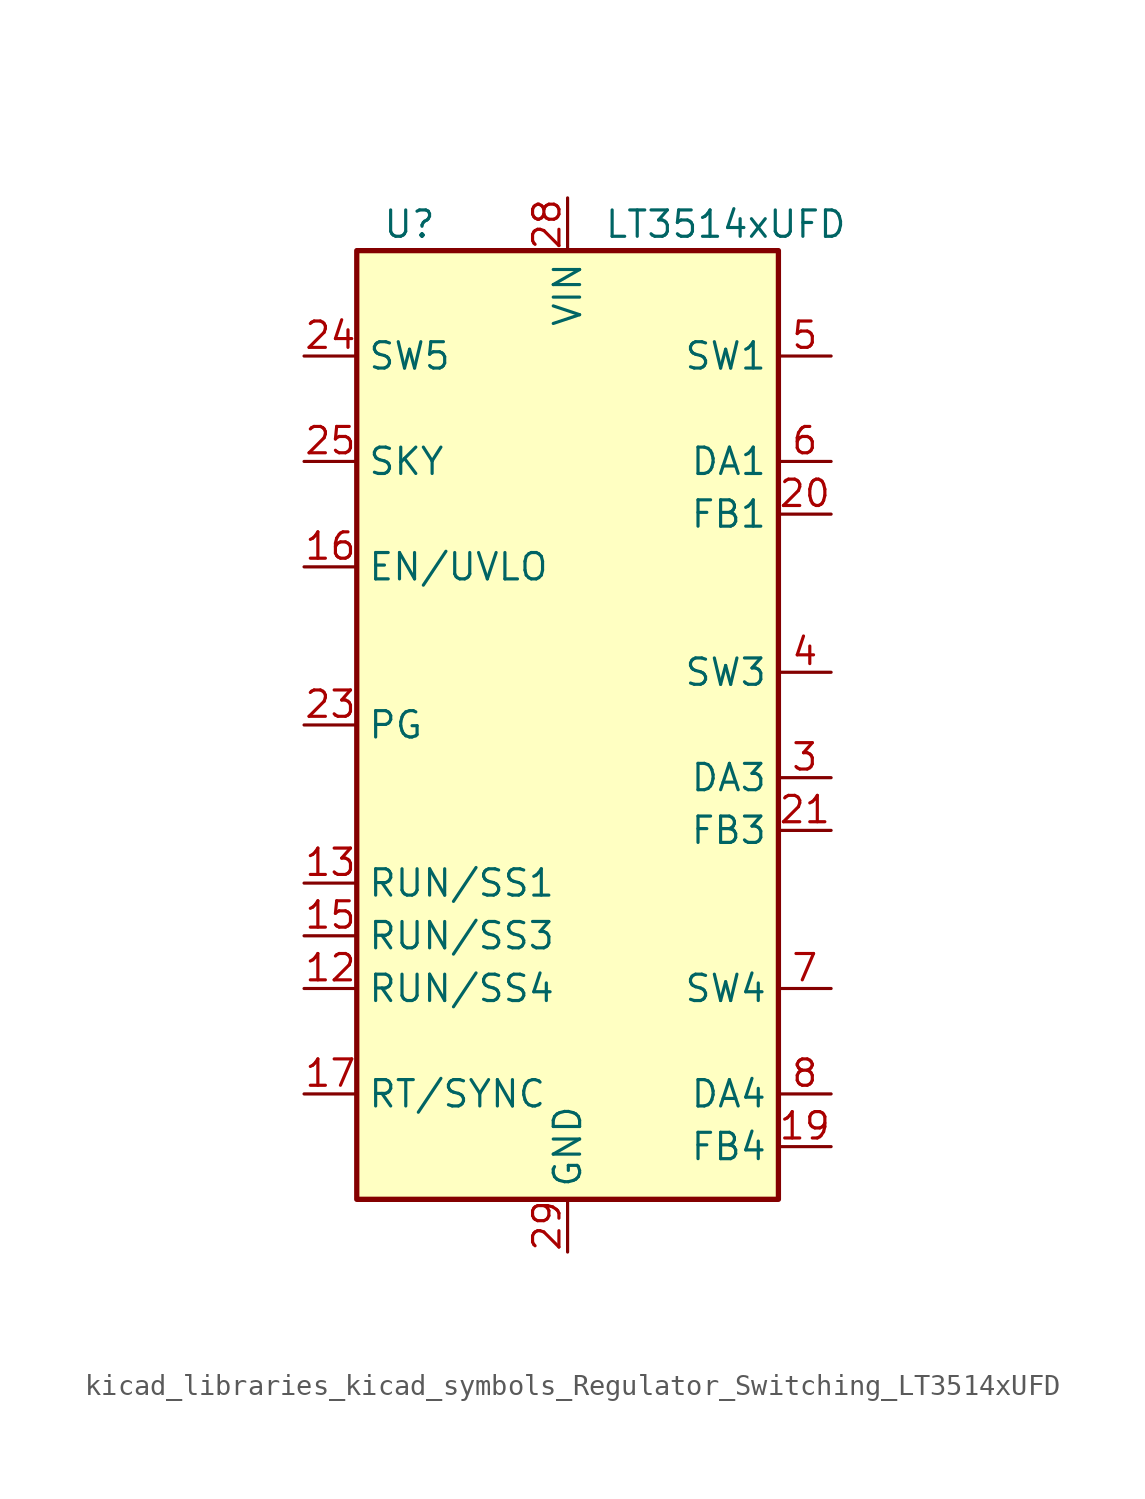
<source format=kicad_sym>
(kicad_symbol_lib
  (version 20220914)
  (generator kicad_symbol_editor)
  (symbol "kicad_libraries_kicad_symbols_Regulator_Switching_LT3514xUFD"
    (property "Reference" "U"
      (at -7.62 24.13 0)
      (effects (font (size 1.27 1.27))))
    (property "Value" "LT3514xUFD"
      (at 7.62 24.13 0)
      (effects (font (size 1.27 1.27))))
    (symbol "kicad_libraries_kicad_symbols_Regulator_Switching_LT3514xUFD_0_1"
      (rectangle (start -10.16 22.86) (end 10.16 -22.86) (stroke (width 0.254) (type default)) (fill (type background))))
    (symbol "kicad_libraries_kicad_symbols_Regulator_Switching_LT3514xUFD_1_1"
      (pin no_connect line (at -10.16 5.08 0) (length 2.54) hide (name "NC" (effects (font (size 1.27 1.27)))) (number "1" (effects (font (size 1.27 1.27)))))
      (pin passive line (at 0 -25.4 90) (length 2.54) hide (name "GND" (effects (font (size 1.27 1.27)))) (number "10" (effects (font (size 1.27 1.27)))))
      (pin passive line (at 0 25.4 270) (length 2.54) hide (name "VIN" (effects (font (size 1.27 1.27)))) (number "11" (effects (font (size 1.27 1.27)))))
      (pin input line (at -12.7 -12.7 0) (length 2.54) (name "RUN/SS4" (effects (font (size 1.27 1.27)))) (number "12" (effects (font (size 1.27 1.27)))))
      (pin input line (at -12.7 -7.62 0) (length 2.54) (name "RUN/SS1" (effects (font (size 1.27 1.27)))) (number "13" (effects (font (size 1.27 1.27)))))
      (pin no_connect line (at -10.16 -2.54 0) (length 2.54) hide (name "NC" (effects (font (size 1.27 1.27)))) (number "14" (effects (font (size 1.27 1.27)))))
      (pin input line (at -12.7 -10.16 0) (length 2.54) (name "RUN/SS3" (effects (font (size 1.27 1.27)))) (number "15" (effects (font (size 1.27 1.27)))))
      (pin input line (at -12.7 7.62 0) (length 2.54) (name "EN/UVLO" (effects (font (size 1.27 1.27)))) (number "16" (effects (font (size 1.27 1.27)))))
      (pin passive line (at -12.7 -17.78 0) (length 2.54) (name "RT/SYNC" (effects (font (size 1.27 1.27)))) (number "17" (effects (font (size 1.27 1.27)))))
      (pin passive line (at 0 -25.4 90) (length 2.54) hide (name "GND" (effects (font (size 1.27 1.27)))) (number "18" (effects (font (size 1.27 1.27)))))
      (pin input line (at 12.7 -20.32 180) (length 2.54) (name "FB4" (effects (font (size 1.27 1.27)))) (number "19" (effects (font (size 1.27 1.27)))))
      (pin no_connect line (at -10.16 2.54 0) (length 2.54) hide (name "NC" (effects (font (size 1.27 1.27)))) (number "2" (effects (font (size 1.27 1.27)))))
      (pin input line (at 12.7 10.16 180) (length 2.54) (name "FB1" (effects (font (size 1.27 1.27)))) (number "20" (effects (font (size 1.27 1.27)))))
      (pin input line (at 12.7 -5.08 180) (length 2.54) (name "FB3" (effects (font (size 1.27 1.27)))) (number "21" (effects (font (size 1.27 1.27)))))
      (pin no_connect line (at -10.16 -5.08 0) (length 2.54) hide (name "NC" (effects (font (size 1.27 1.27)))) (number "22" (effects (font (size 1.27 1.27)))))
      (pin open_collector line (at -12.7 0 0) (length 2.54) (name "PG" (effects (font (size 1.27 1.27)))) (number "23" (effects (font (size 1.27 1.27)))))
      (pin open_collector line (at -12.7 17.78 0) (length 2.54) (name "SW5" (effects (font (size 1.27 1.27)))) (number "24" (effects (font (size 1.27 1.27)))))
      (pin passive line (at -12.7 12.7 0) (length 2.54) (name "SKY" (effects (font (size 1.27 1.27)))) (number "25" (effects (font (size 1.27 1.27)))))
      (pin passive line (at 0 25.4 270) (length 2.54) hide (name "VIN" (effects (font (size 1.27 1.27)))) (number "26" (effects (font (size 1.27 1.27)))))
      (pin passive line (at 0 -25.4 90) (length 2.54) hide (name "GND" (effects (font (size 1.27 1.27)))) (number "27" (effects (font (size 1.27 1.27)))))
      (pin power_in line (at 0 25.4 270) (length 2.54) (name "VIN" (effects (font (size 1.27 1.27)))) (number "28" (effects (font (size 1.27 1.27)))))
      (pin power_in line (at 0 -25.4 90) (length 2.54) (name "GND" (effects (font (size 1.27 1.27)))) (number "29" (effects (font (size 1.27 1.27)))))
      (pin input line (at 12.7 -2.54 180) (length 2.54) (name "DA3" (effects (font (size 1.27 1.27)))) (number "3" (effects (font (size 1.27 1.27)))))
      (pin power_out line (at 12.7 2.54 180) (length 2.54) (name "SW3" (effects (font (size 1.27 1.27)))) (number "4" (effects (font (size 1.27 1.27)))))
      (pin power_out line (at 12.7 17.78 180) (length 2.54) (name "SW1" (effects (font (size 1.27 1.27)))) (number "5" (effects (font (size 1.27 1.27)))))
      (pin input line (at 12.7 12.7 180) (length 2.54) (name "DA1" (effects (font (size 1.27 1.27)))) (number "6" (effects (font (size 1.27 1.27)))))
      (pin power_out line (at 12.7 -12.7 180) (length 2.54) (name "SW4" (effects (font (size 1.27 1.27)))) (number "7" (effects (font (size 1.27 1.27)))))
      (pin input line (at 12.7 -17.78 180) (length 2.54) (name "DA4" (effects (font (size 1.27 1.27)))) (number "8" (effects (font (size 1.27 1.27)))))
      (pin passive line (at 0 25.4 270) (length 2.54) hide (name "VIN" (effects (font (size 1.27 1.27)))) (number "9" (effects (font (size 1.27 1.27))))))))
</source>
